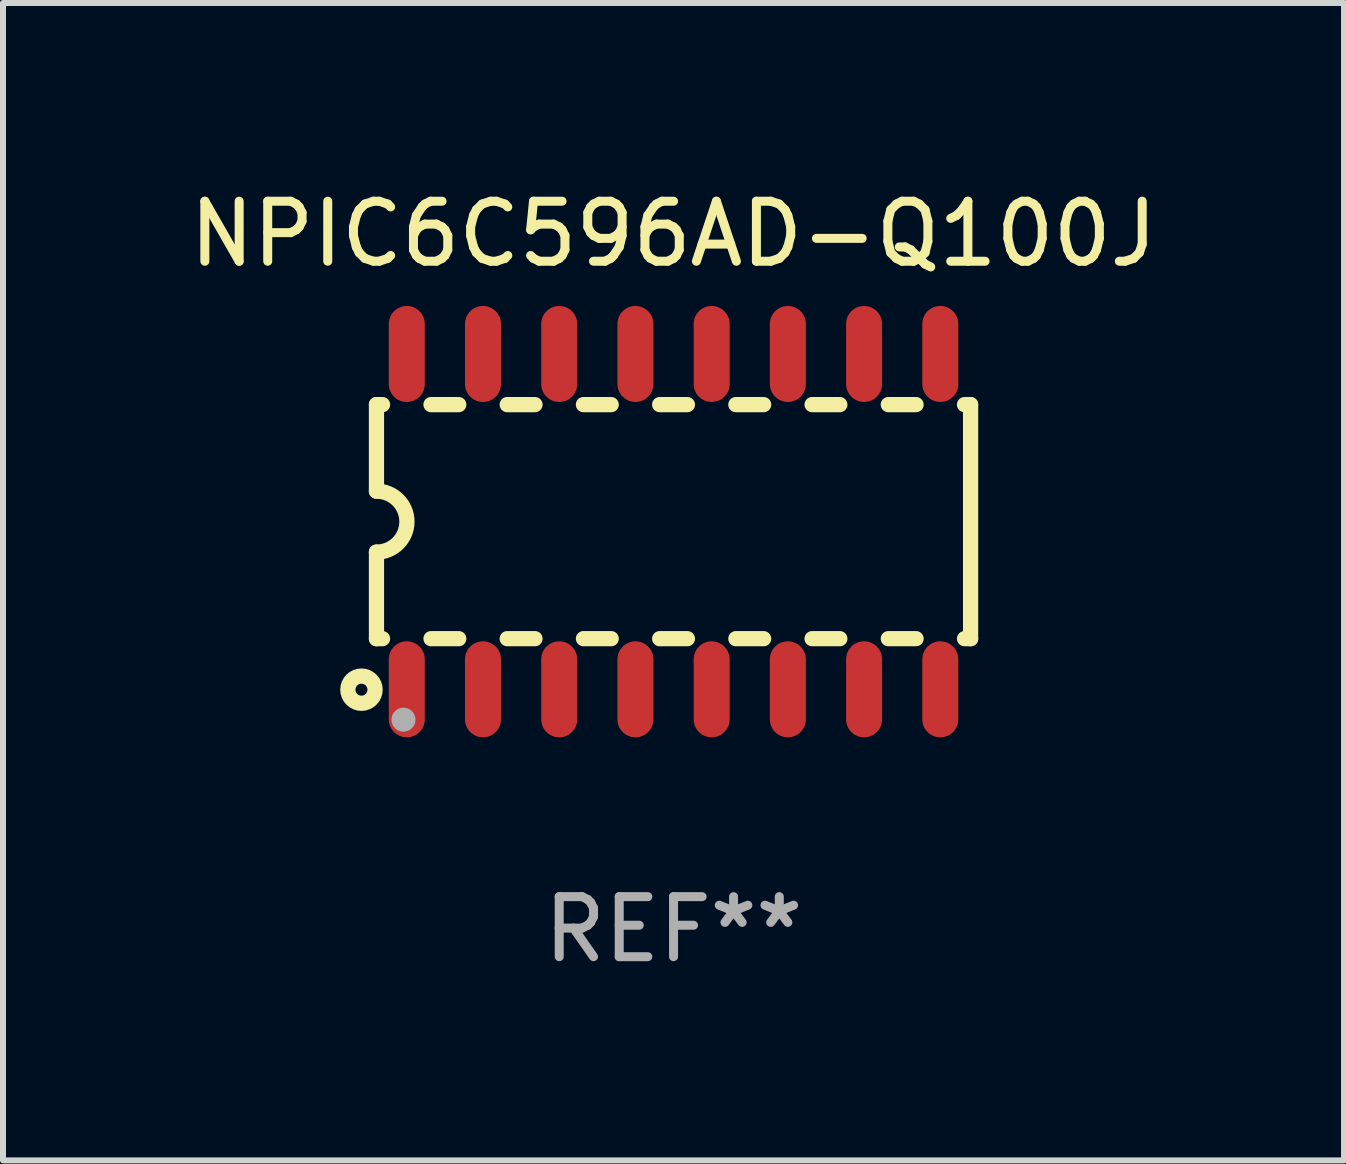
<source format=kicad_pcb>
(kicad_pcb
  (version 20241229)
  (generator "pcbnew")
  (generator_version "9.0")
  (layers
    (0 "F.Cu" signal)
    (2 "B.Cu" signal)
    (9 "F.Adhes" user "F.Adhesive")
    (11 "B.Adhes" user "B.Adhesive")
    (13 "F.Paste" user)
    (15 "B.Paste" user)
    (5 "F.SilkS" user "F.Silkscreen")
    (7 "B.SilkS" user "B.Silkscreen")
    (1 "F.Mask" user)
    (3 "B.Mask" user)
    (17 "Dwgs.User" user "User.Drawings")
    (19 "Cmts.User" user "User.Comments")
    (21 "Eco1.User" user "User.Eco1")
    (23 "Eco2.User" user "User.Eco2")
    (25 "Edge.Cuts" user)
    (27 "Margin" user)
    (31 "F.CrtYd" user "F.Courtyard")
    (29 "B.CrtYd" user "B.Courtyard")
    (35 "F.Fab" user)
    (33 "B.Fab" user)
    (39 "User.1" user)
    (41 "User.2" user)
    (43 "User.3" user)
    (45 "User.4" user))
  (footprint "NPIC6C596AD-Q100J"
    (layer "F.Cu")
    (at 8.173 5.642)
    (property "Reference" "NPIC6C596AD-Q100J" (at 0 -4.794 0) (layer "F.SilkS") (effects (font (size 1 1) (thickness 0.15))))
    (attr through_hole)
    (fp_line (start -4.95 -1.95) (end -4.95 -0.508) (stroke (width 0.254) (type solid)) (layer "F.SilkS"))
    (fp_line (start -4.95 -1.95) (end -4.849 -1.95) (stroke (width 0.254) (type solid)) (layer "F.SilkS"))
    (fp_line (start -4.95 1.95) (end -4.95 0.508) (stroke (width 0.254) (type solid)) (layer "F.SilkS"))
    (fp_line (start -4.95 1.95) (end -4.849 1.95) (stroke (width 0.254) (type solid)) (layer "F.SilkS"))
    (fp_line (start -4.041 -1.95) (end -3.579 -1.95) (stroke (width 0.254) (type solid)) (layer "F.SilkS"))
    (fp_line (start -4.041 1.95) (end -3.579 1.95) (stroke (width 0.254) (type solid)) (layer "F.SilkS"))
    (fp_line (start -2.771 -1.95) (end -2.309 -1.95) (stroke (width 0.254) (type solid)) (layer "F.SilkS"))
    (fp_line (start -2.771 1.95) (end -2.309 1.95) (stroke (width 0.254) (type solid)) (layer "F.SilkS"))
    (fp_line (start -1.501 -1.95) (end -1.039 -1.95) (stroke (width 0.254) (type solid)) (layer "F.SilkS"))
    (fp_line (start -1.501 1.95) (end -1.039 1.95) (stroke (width 0.254) (type solid)) (layer "F.SilkS"))
    (fp_line (start -0.231 -1.95) (end 0.231 -1.95) (stroke (width 0.254) (type solid)) (layer "F.SilkS"))
    (fp_line (start -0.231 1.95) (end 0.231 1.95) (stroke (width 0.254) (type solid)) (layer "F.SilkS"))
    (fp_line (start 1.039 -1.95) (end 1.501 -1.95) (stroke (width 0.254) (type solid)) (layer "F.SilkS"))
    (fp_line (start 1.039 1.95) (end 1.501 1.95) (stroke (width 0.254) (type solid)) (layer "F.SilkS"))
    (fp_line (start 2.309 -1.95) (end 2.771 -1.95) (stroke (width 0.254) (type solid)) (layer "F.SilkS"))
    (fp_line (start 2.309 1.95) (end 2.771 1.95) (stroke (width 0.254) (type solid)) (layer "F.SilkS"))
    (fp_line (start 3.579 -1.95) (end 4.041 -1.95) (stroke (width 0.254) (type solid)) (layer "F.SilkS"))
    (fp_line (start 3.579 1.95) (end 4.041 1.95) (stroke (width 0.254) (type solid)) (layer "F.SilkS"))
    (fp_line (start 4.849 -1.95) (end 4.95 -1.95) (stroke (width 0.254) (type solid)) (layer "F.SilkS"))
    (fp_line (start 4.849 1.95) (end 4.95 1.95) (stroke (width 0.254) (type solid)) (layer "F.SilkS"))
    (fp_line (start 4.95 -1.95) (end 4.95 1.95) (stroke (width 0.254) (type solid)) (layer "F.SilkS"))
    (fp_arc (start -4.95047 -0.508001) (mid -4.442469 -0.000228) (end -4.950013 0.508001) (stroke (width 0.254001) (type solid)) (layer "F.SilkS"))
    (fp_circle (center -5.2 2.8) (end -5.1 2.8) (stroke (width 0.254) (type solid)) (fill no) (layer "F.SilkS"))
    (fp_circle (center -4.95 2.947) (end -4.92 2.947) (stroke (width 0.06) (type solid)) (fill no) (layer "F.SilkS"))
    (fp_circle (center -4.5 3.3) (end -4.4 3.3) (stroke (width 0.2) (type solid)) (fill no) (layer "F.Fab"))
    (fp_text user "REF**" (at 0 6.794 0) (layer "F.Fab") (effects (font (size 1 1) (thickness 0.15))))
    (pad "1" smd oval (at -4.445 2.794) (size 0.6 1.6) (layers "F.Cu" "F.Mask" "F.Paste"))
    (pad "2" smd oval (at -3.175 2.794) (size 0.6 1.6) (layers "F.Cu" "F.Mask" "F.Paste"))
    (pad "3" smd oval (at -1.905 2.794) (size 0.6 1.6) (layers "F.Cu" "F.Mask" "F.Paste"))
    (pad "4" smd oval (at -0.635 2.794) (size 0.6 1.6) (layers "F.Cu" "F.Mask" "F.Paste"))
    (pad "5" smd oval (at 0.635 2.794) (size 0.6 1.6) (layers "F.Cu" "F.Mask" "F.Paste"))
    (pad "6" smd oval (at 1.905 2.794) (size 0.6 1.6) (layers "F.Cu" "F.Mask" "F.Paste"))
    (pad "7" smd oval (at 3.175 2.794) (size 0.6 1.6) (layers "F.Cu" "F.Mask" "F.Paste"))
    (pad "8" smd oval (at 4.445 2.794) (size 0.6 1.6) (layers "F.Cu" "F.Mask" "F.Paste"))
    (pad "9" smd oval (at 4.445 -2.794) (size 0.6 1.6) (layers "F.Cu" "F.Mask" "F.Paste"))
    (pad "10" smd oval (at 3.175 -2.794) (size 0.6 1.6) (layers "F.Cu" "F.Mask" "F.Paste"))
    (pad "11" smd oval (at 1.905 -2.794) (size 0.6 1.6) (layers "F.Cu" "F.Mask" "F.Paste"))
    (pad "12" smd oval (at 0.635 -2.794) (size 0.6 1.6) (layers "F.Cu" "F.Mask" "F.Paste"))
    (pad "13" smd oval (at -0.635 -2.794) (size 0.6 1.6) (layers "F.Cu" "F.Mask" "F.Paste"))
    (pad "14" smd oval (at -1.905 -2.794) (size 0.6 1.6) (layers "F.Cu" "F.Mask" "F.Paste"))
    (pad "15" smd oval (at -3.175 -2.794) (size 0.6 1.6) (layers "F.Cu" "F.Mask" "F.Paste"))
    (pad "16" smd oval (at -4.445 -2.794) (size 0.6 1.6) (layers "F.Cu" "F.Mask" "F.Paste")))
  (gr_rect
    (start -3 -3)
    (end 19.345 16.285)
    (stroke (width 0.1) (type default))
    (fill no)
    (layer "Edge.Cuts")))
</source>
